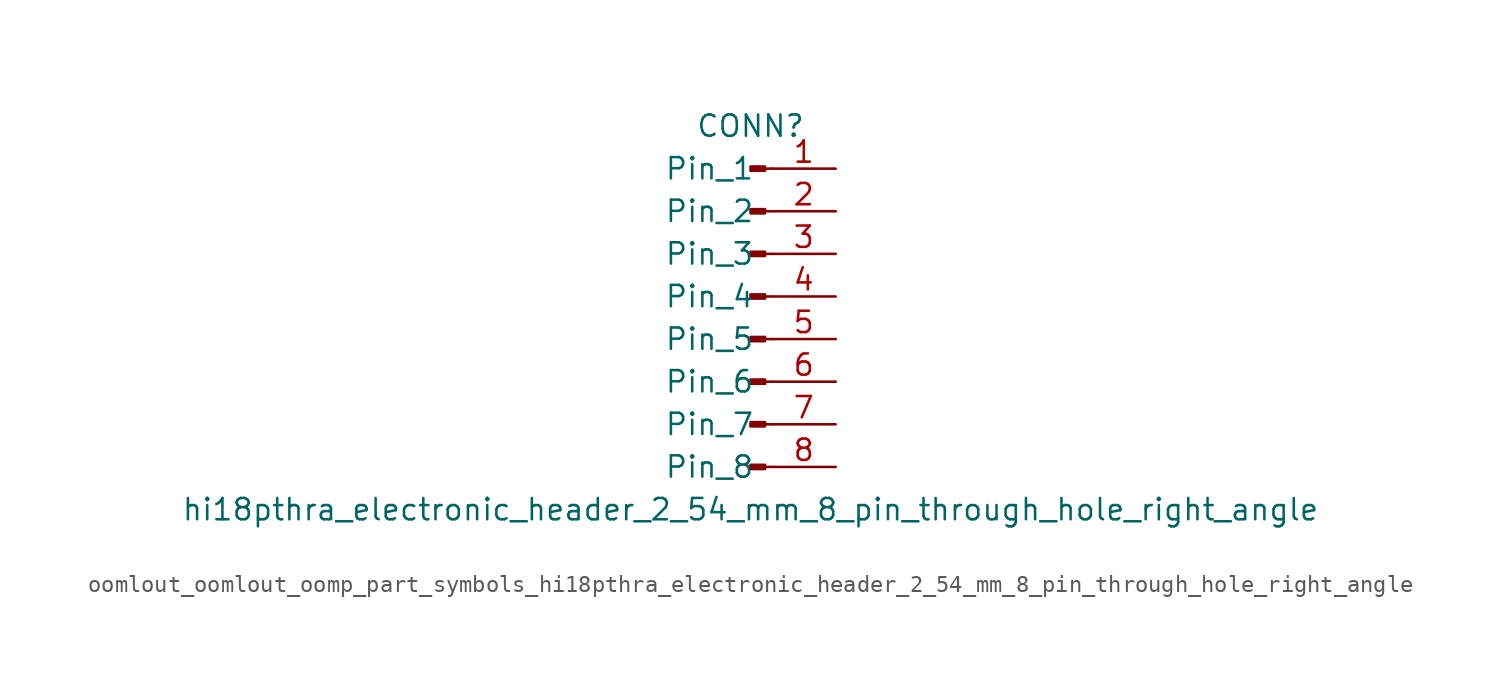
<source format=kicad_sym>
(kicad_symbol_lib
  (version 20220914)
  (generator kicad_symbol_editor)
  (symbol "oomlout_oomlout_oomp_part_symbols_hi18pthra_electronic_header_2_54_mm_8_pin_through_hole_right_angle"
    (pin_names
      (offset 1.016))
    (property "Reference" "CONN"
      (at 0 10.16 0)
      (effects (font (size 1.27 1.27))))
    (property "Value" "hi18pthra_electronic_header_2_54_mm_8_pin_through_hole_right_angle"
      (at 0 -12.7 0)
      (effects (font (size 1.27 1.27))))
    (property "ki_locked" ""
      (at 0 0 0)
      (effects (font (size 1.27 1.27))))
    (symbol "oomlout_oomlout_oomp_part_symbols_hi18pthra_electronic_header_2_54_mm_8_pin_through_hole_right_angle_1_1"
      (polyline (pts (xy 1.27 -10.16) (xy 0.864 -10.16)) (stroke (width 0.152) (type default)) (fill (type none)))
      (polyline (pts (xy 1.27 -7.62) (xy 0.864 -7.62)) (stroke (width 0.152) (type default)) (fill (type none)))
      (polyline (pts (xy 1.27 -5.08) (xy 0.864 -5.08)) (stroke (width 0.152) (type default)) (fill (type none)))
      (polyline (pts (xy 1.27 -2.54) (xy 0.864 -2.54)) (stroke (width 0.152) (type default)) (fill (type none)))
      (polyline (pts (xy 1.27 0) (xy 0.864 0)) (stroke (width 0.152) (type default)) (fill (type none)))
      (polyline (pts (xy 1.27 2.54) (xy 0.864 2.54)) (stroke (width 0.152) (type default)) (fill (type none)))
      (polyline (pts (xy 1.27 5.08) (xy 0.864 5.08)) (stroke (width 0.152) (type default)) (fill (type none)))
      (polyline (pts (xy 1.27 7.62) (xy 0.864 7.62)) (stroke (width 0.152) (type default)) (fill (type none)))
      (rectangle (start 0.864 -10.033) (end 0 -10.287) (stroke (width 0.152) (type default)) (fill (type outline)))
      (rectangle (start 0.864 -7.493) (end 0 -7.747) (stroke (width 0.152) (type default)) (fill (type outline)))
      (rectangle (start 0.864 -4.953) (end 0 -5.207) (stroke (width 0.152) (type default)) (fill (type outline)))
      (rectangle (start 0.864 -2.413) (end 0 -2.667) (stroke (width 0.152) (type default)) (fill (type outline)))
      (rectangle (start 0.864 0.127) (end 0 -0.127) (stroke (width 0.152) (type default)) (fill (type outline)))
      (rectangle (start 0.864 2.667) (end 0 2.413) (stroke (width 0.152) (type default)) (fill (type outline)))
      (rectangle (start 0.864 5.207) (end 0 4.953) (stroke (width 0.152) (type default)) (fill (type outline)))
      (rectangle (start 0.864 7.747) (end 0 7.493) (stroke (width 0.152) (type default)) (fill (type outline)))
      (pin passive line (at 5.08 7.62 180) (length 3.81) (name "Pin_1" (effects (font (size 1.27 1.27)))) (number "1" (effects (font (size 1.27 1.27)))))
      (pin passive line (at 5.08 5.08 180) (length 3.81) (name "Pin_2" (effects (font (size 1.27 1.27)))) (number "2" (effects (font (size 1.27 1.27)))))
      (pin passive line (at 5.08 2.54 180) (length 3.81) (name "Pin_3" (effects (font (size 1.27 1.27)))) (number "3" (effects (font (size 1.27 1.27)))))
      (pin passive line (at 5.08 0 180) (length 3.81) (name "Pin_4" (effects (font (size 1.27 1.27)))) (number "4" (effects (font (size 1.27 1.27)))))
      (pin passive line (at 5.08 -2.54 180) (length 3.81) (name "Pin_5" (effects (font (size 1.27 1.27)))) (number "5" (effects (font (size 1.27 1.27)))))
      (pin passive line (at 5.08 -5.08 180) (length 3.81) (name "Pin_6" (effects (font (size 1.27 1.27)))) (number "6" (effects (font (size 1.27 1.27)))))
      (pin passive line (at 5.08 -7.62 180) (length 3.81) (name "Pin_7" (effects (font (size 1.27 1.27)))) (number "7" (effects (font (size 1.27 1.27)))))
      (pin passive line (at 5.08 -10.16 180) (length 3.81) (name "Pin_8" (effects (font (size 1.27 1.27)))) (number "8" (effects (font (size 1.27 1.27))))))))
</source>
